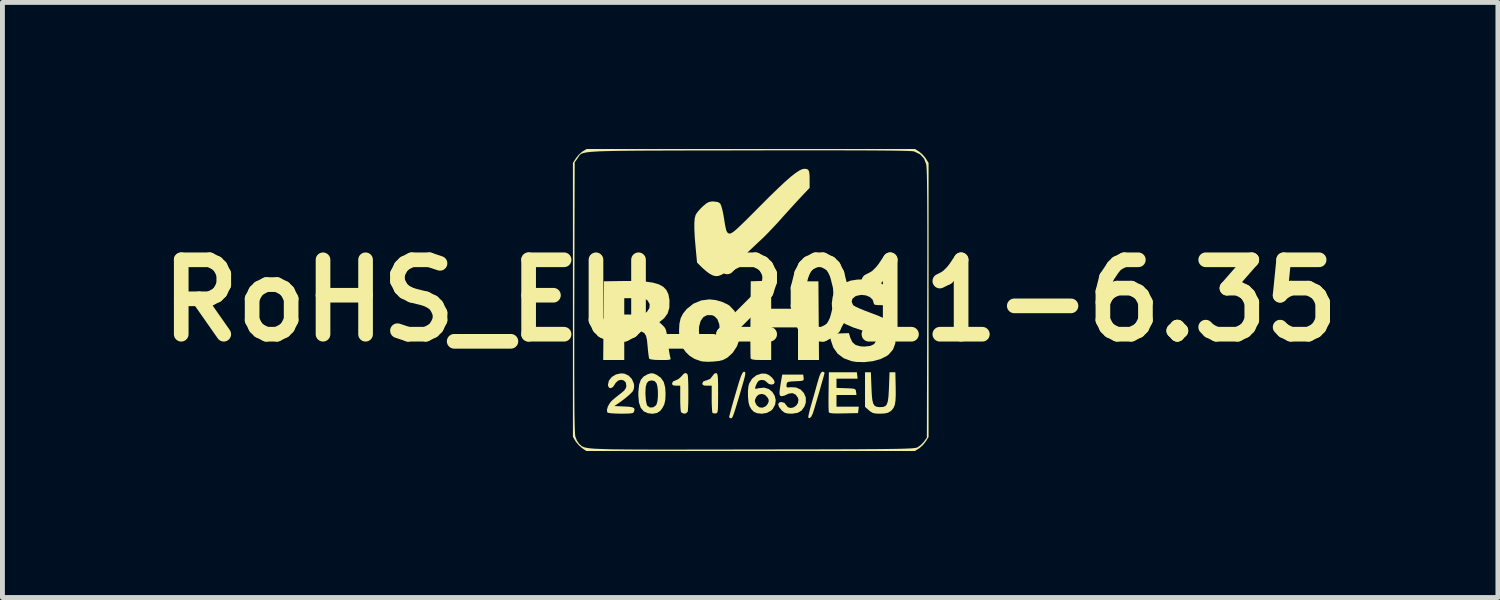
<source format=kicad_pcb>
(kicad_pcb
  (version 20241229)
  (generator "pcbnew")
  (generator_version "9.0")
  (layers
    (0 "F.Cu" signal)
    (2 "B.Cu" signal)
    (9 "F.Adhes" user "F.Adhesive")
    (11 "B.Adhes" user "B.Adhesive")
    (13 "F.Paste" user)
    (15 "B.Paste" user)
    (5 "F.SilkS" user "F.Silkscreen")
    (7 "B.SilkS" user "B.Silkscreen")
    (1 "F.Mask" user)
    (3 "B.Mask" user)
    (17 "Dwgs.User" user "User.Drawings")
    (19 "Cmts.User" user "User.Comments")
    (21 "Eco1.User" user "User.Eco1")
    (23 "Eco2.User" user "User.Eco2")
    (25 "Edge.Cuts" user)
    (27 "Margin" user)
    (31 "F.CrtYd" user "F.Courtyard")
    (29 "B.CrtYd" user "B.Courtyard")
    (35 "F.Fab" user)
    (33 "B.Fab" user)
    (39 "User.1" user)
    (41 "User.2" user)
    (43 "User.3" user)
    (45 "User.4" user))
  (footprint "RoHS_EU_2011-6.35"
    (layer "F.Cu")
    (at 12.308 3.103)
    (property "Reference" "RoHS_EU_2011-6.35" (at 0 0 0) (layer "F.SilkS") (effects (font (size 1.524 1.524) (thickness 0.3))))
    (attr board_only exclude_from_pos_files exclude_from_bom)
    (fp_poly (pts (xy 0.43 0.167) (xy 0.977 0.167) (xy 0.984 -0.113) (xy 0.991 -0.394) (xy 1.397 -0.394) (xy 1.403 0.412) (xy 1.409 1.217) (xy 0.979 1.217) (xy 0.979 0.549) (xy 0.43 0.549) (xy 0.43 1.217) (xy 0.226 1.217) (xy 0.112 1.215) (xy 0.042 1.205) (xy 0.012 1.189) (xy 0.011 1.187) (xy 0.008 1.157) (xy 0.006 1.085) (xy 0.005 0.977) (xy 0.004 0.838) (xy 0.004 0.676) (xy 0.005 0.495) (xy 0.006 0.382) (xy 0.012 -0.394) (xy 0.221 -0.401) (xy 0.43 -0.408)) (stroke (width 0) (type solid)) (fill yes) (layer "F.SilkS"))
    (fp_poly (pts (xy 1.519 1.469) (xy 1.52 1.498) (xy 1.491 1.6) (xy 1.456 1.722) (xy 1.419 1.853) (xy 1.38 1.985) (xy 1.344 2.107) (xy 1.314 2.21) (xy 1.291 2.284) (xy 1.281 2.314) (xy 1.249 2.38) (xy 1.215 2.408) (xy 1.19 2.399) (xy 1.191 2.372) (xy 1.203 2.31) (xy 1.225 2.222) (xy 1.247 2.142) (xy 1.286 2.008) (xy 1.328 1.86) (xy 1.366 1.722) (xy 1.379 1.677) (xy 1.41 1.571) (xy 1.435 1.505) (xy 1.457 1.469) (xy 1.48 1.457) (xy 1.486 1.456)) (stroke (width 0) (type solid)) (fill yes) (layer "F.SilkS"))
    (fp_poly (pts (xy -0.11 1.46) (xy -0.1 1.476) (xy -0.101 1.512) (xy -0.114 1.573) (xy -0.14 1.668) (xy -0.169 1.768) (xy -0.224 1.957) (xy -0.268 2.104) (xy -0.302 2.216) (xy -0.328 2.297) (xy -0.348 2.352) (xy -0.363 2.386) (xy -0.376 2.403) (xy -0.387 2.41) (xy -0.395 2.411) (xy -0.426 2.397) (xy -0.43 2.385) (xy -0.423 2.351) (xy -0.404 2.277) (xy -0.375 2.17) (xy -0.337 2.036) (xy -0.292 1.882) (xy -0.242 1.713) (xy -0.224 1.653) (xy -0.187 1.544) (xy -0.155 1.478) (xy -0.13 1.456)) (stroke (width 0) (type solid)) (fill yes) (layer "F.SilkS"))
    (fp_poly (pts (xy 2.192 1.534) (xy 2.199 1.599) (xy 1.767 1.599) (xy 1.767 1.788) (xy 1.963 1.795) (xy 2.06 1.799) (xy 2.119 1.805) (xy 2.15 1.817) (xy 2.163 1.838) (xy 2.168 1.868) (xy 2.176 1.934) (xy 1.767 1.934) (xy 1.767 2.172) (xy 2.223 2.172) (xy 2.216 2.238) (xy 2.208 2.304) (xy 1.915 2.31) (xy 1.785 2.312) (xy 1.696 2.31) (xy 1.641 2.303) (xy 1.615 2.292) (xy 1.61 2.286) (xy 1.607 2.252) (xy 1.604 2.18) (xy 1.603 2.077) (xy 1.604 1.952) (xy 1.605 1.861) (xy 1.611 1.468) (xy 2.184 1.468)) (stroke (width 0) (type solid)) (fill yes) (layer "F.SilkS"))
    (fp_poly (pts (xy -1.282 1.513) (xy -1.28 1.518) (xy -1.274 1.557) (xy -1.27 1.632) (xy -1.267 1.734) (xy -1.266 1.851) (xy -1.266 1.972) (xy -1.267 2.086) (xy -1.271 2.183) (xy -1.275 2.251) (xy -1.28 2.278) (xy -1.312 2.308) (xy -1.349 2.316) (xy -1.398 2.301) (xy -1.418 2.278) (xy -1.424 2.239) (xy -1.429 2.165) (xy -1.432 2.066) (xy -1.432 1.991) (xy -1.432 1.743) (xy -1.516 1.743) (xy -1.574 1.737) (xy -1.597 1.716) (xy -1.599 1.697) (xy -1.58 1.656) (xy -1.528 1.635) (xy -1.465 1.605) (xy -1.409 1.553) (xy -1.407 1.55) (xy -1.356 1.495) (xy -1.313 1.483)) (stroke (width 0) (type solid)) (fill yes) (layer "F.SilkS"))
    (fp_poly (pts (xy -0.682 1.492) (xy -0.671 1.512) (xy -0.664 1.55) (xy -0.66 1.614) (xy -0.657 1.711) (xy -0.657 1.846) (xy -0.656 1.898) (xy -0.657 2.046) (xy -0.658 2.153) (xy -0.661 2.226) (xy -0.667 2.271) (xy -0.676 2.296) (xy -0.69 2.307) (xy -0.705 2.311) (xy -0.753 2.309) (xy -0.771 2.301) (xy -0.778 2.271) (xy -0.783 2.205) (xy -0.787 2.111) (xy -0.788 2.013) (xy -0.788 1.743) (xy -0.883 1.743) (xy -0.946 1.739) (xy -0.974 1.722) (xy -0.979 1.696) (xy -0.964 1.66) (xy -0.914 1.638) (xy -0.894 1.634) (xy -0.819 1.604) (xy -0.774 1.547) (xy -0.734 1.496) (xy -0.697 1.485)) (stroke (width 0) (type solid)) (fill yes) (layer "F.SilkS"))
    (fp_poly (pts (xy 2.483 1.784) (xy 2.49 1.931) (xy 2.501 2.037) (xy 2.519 2.109) (xy 2.546 2.152) (xy 2.586 2.174) (xy 2.642 2.182) (xy 2.662 2.182) (xy 2.723 2.178) (xy 2.767 2.161) (xy 2.798 2.124) (xy 2.818 2.061) (xy 2.831 1.966) (xy 2.839 1.832) (xy 2.841 1.784) (xy 2.853 1.468) (xy 2.972 1.468) (xy 2.979 1.778) (xy 2.98 1.932) (xy 2.975 2.047) (xy 2.962 2.131) (xy 2.938 2.192) (xy 2.903 2.24) (xy 2.87 2.269) (xy 2.818 2.298) (xy 2.745 2.312) (xy 2.659 2.316) (xy 2.57 2.313) (xy 2.511 2.301) (xy 2.464 2.274) (xy 2.429 2.246) (xy 2.351 2.176) (xy 2.351 1.468) (xy 2.471 1.468)) (stroke (width 0) (type solid)) (fill yes) (layer "F.SilkS"))
    (fp_poly (pts (xy -1.983 1.492) (xy -1.919 1.519) (xy -1.918 1.519) (xy -1.83 1.58) (xy -1.771 1.664) (xy -1.74 1.778) (xy -1.732 1.91) (xy -1.738 2.034) (xy -1.759 2.127) (xy -1.799 2.204) (xy -1.845 2.262) (xy -1.911 2.302) (xy -2 2.318) (xy -2.093 2.307) (xy -2.174 2.271) (xy -2.181 2.267) (xy -2.241 2.194) (xy -2.277 2.087) (xy -2.29 1.942) (xy -2.289 1.886) (xy -2.145 1.886) (xy -2.143 1.936) (xy -2.135 2.046) (xy -2.118 2.125) (xy -2.103 2.158) (xy -2.05 2.19) (xy -1.987 2.186) (xy -1.933 2.149) (xy -1.917 2.125) (xy -1.898 2.058) (xy -1.889 1.964) (xy -1.889 1.86) (xy -1.898 1.765) (xy -1.916 1.697) (xy -1.917 1.695) (xy -1.959 1.647) (xy -2.017 1.635) (xy -2.077 1.648) (xy -2.117 1.691) (xy -2.139 1.769) (xy -2.145 1.886) (xy -2.289 1.886) (xy -2.288 1.855) (xy -2.273 1.72) (xy -2.239 1.623) (xy -2.183 1.556) (xy -2.099 1.509) (xy -2.094 1.507) (xy -2.032 1.489)) (stroke (width 0) (type solid)) (fill yes) (layer "F.SilkS"))
    (fp_poly (pts (xy -2.577 1.496) (xy -2.489 1.536) (xy -2.42 1.609) (xy -2.381 1.702) (xy -2.376 1.746) (xy -2.382 1.809) (xy -2.404 1.858) (xy -2.454 1.911) (xy -2.475 1.93) (xy -2.555 1.998) (xy -2.644 2.066) (xy -2.677 2.089) (xy -2.781 2.16) (xy -2.59 2.168) (xy -2.48 2.174) (xy -2.411 2.185) (xy -2.376 2.205) (xy -2.368 2.235) (xy -2.375 2.265) (xy -2.385 2.288) (xy -2.404 2.302) (xy -2.442 2.31) (xy -2.508 2.314) (xy -2.609 2.316) (xy -2.65 2.316) (xy -2.765 2.313) (xy -2.855 2.307) (xy -2.91 2.298) (xy -2.925 2.291) (xy -2.933 2.238) (xy -2.913 2.167) (xy -2.87 2.094) (xy -2.833 2.051) (xy -2.767 1.994) (xy -2.687 1.93) (xy -2.65 1.902) (xy -2.579 1.843) (xy -2.544 1.789) (xy -2.535 1.752) (xy -2.545 1.681) (xy -2.585 1.637) (xy -2.64 1.622) (xy -2.701 1.637) (xy -2.754 1.685) (xy -2.769 1.712) (xy -2.809 1.77) (xy -2.854 1.794) (xy -2.892 1.783) (xy -2.911 1.738) (xy -2.912 1.722) (xy -2.891 1.636) (xy -2.832 1.564) (xy -2.748 1.513) (xy -2.649 1.491)) (stroke (width 0) (type solid)) (fill yes) (layer "F.SilkS"))
    (fp_poly (pts (xy -0.705 -0.01) (xy -0.57 0.029) (xy -0.454 0.084) (xy -0.423 0.105) (xy -0.325 0.208) (xy -0.255 0.341) (xy -0.213 0.493) (xy -0.203 0.654) (xy -0.226 0.814) (xy -0.271 0.937) (xy -0.356 1.068) (xy -0.466 1.168) (xy -0.559 1.217) (xy -0.641 1.237) (xy -0.75 1.249) (xy -0.866 1.254) (xy -0.968 1.248) (xy -1.009 1.241) (xy -1.138 1.196) (xy -1.244 1.128) (xy -1.319 1.054) (xy -1.388 0.96) (xy -1.432 0.854) (xy -1.452 0.725) (xy -1.456 0.621) (xy -1.456 0.616) (xy -1.05 0.616) (xy -1.037 0.755) (xy -0.999 0.856) (xy -0.936 0.918) (xy -0.934 0.919) (xy -0.868 0.948) (xy -0.813 0.95) (xy -0.755 0.932) (xy -0.686 0.881) (xy -0.642 0.79) (xy -0.622 0.661) (xy -0.621 0.616) (xy -0.634 0.48) (xy -0.673 0.379) (xy -0.737 0.317) (xy -0.782 0.3) (xy -0.88 0.298) (xy -0.958 0.338) (xy -1.014 0.416) (xy -1.045 0.53) (xy -1.05 0.616) (xy -1.456 0.616) (xy -1.449 0.476) (xy -1.424 0.363) (xy -1.376 0.268) (xy -1.3 0.175) (xy -1.293 0.168) (xy -1.16 0.063) (xy -1.003 -0.002) (xy -0.836 -0.024)) (stroke (width 0) (type solid)) (fill yes) (layer "F.SilkS"))
    (fp_poly (pts (xy 1.094 1.58) (xy 1.096 1.614) (xy 1.086 1.633) (xy 1.054 1.644) (xy 0.992 1.649) (xy 0.927 1.652) (xy 0.837 1.657) (xy 0.784 1.664) (xy 0.758 1.678) (xy 0.747 1.703) (xy 0.745 1.723) (xy 0.743 1.763) (xy 0.76 1.779) (xy 0.808 1.777) (xy 0.83 1.774) (xy 0.941 1.78) (xy 1.034 1.823) (xy 1.101 1.895) (xy 1.139 1.987) (xy 1.139 2.09) (xy 1.11 2.172) (xy 1.052 2.252) (xy 0.974 2.298) (xy 0.866 2.315) (xy 0.84 2.316) (xy 0.758 2.311) (xy 0.703 2.294) (xy 0.654 2.257) (xy 0.643 2.246) (xy 0.59 2.179) (xy 0.573 2.124) (xy 0.592 2.088) (xy 0.639 2.077) (xy 0.701 2.094) (xy 0.728 2.13) (xy 0.771 2.183) (xy 0.827 2.2) (xy 0.887 2.188) (xy 0.941 2.152) (xy 0.978 2.098) (xy 0.988 2.031) (xy 0.979 1.993) (xy 0.931 1.925) (xy 0.863 1.895) (xy 0.784 1.907) (xy 0.765 1.917) (xy 0.702 1.946) (xy 0.647 1.958) (xy 0.619 1.952) (xy 0.604 1.929) (xy 0.6 1.883) (xy 0.608 1.805) (xy 0.626 1.689) (xy 0.629 1.671) (xy 0.656 1.516) (xy 1.086 1.516)) (stroke (width 0) (type solid)) (fill yes) (layer "F.SilkS"))
    (fp_poly (pts (xy 0.319 1.497) (xy 0.383 1.525) (xy 0.445 1.575) (xy 0.489 1.633) (xy 0.501 1.674) (xy 0.483 1.708) (xy 0.44 1.72) (xy 0.388 1.71) (xy 0.345 1.678) (xy 0.34 1.671) (xy 0.291 1.633) (xy 0.225 1.625) (xy 0.175 1.642) (xy 0.15 1.672) (xy 0.124 1.722) (xy 0.105 1.772) (xy 0.101 1.803) (xy 0.102 1.805) (xy 0.128 1.805) (xy 0.18 1.793) (xy 0.183 1.793) (xy 0.288 1.783) (xy 0.38 1.811) (xy 0.452 1.869) (xy 0.501 1.947) (xy 0.523 2.037) (xy 0.511 2.13) (xy 0.463 2.218) (xy 0.426 2.255) (xy 0.342 2.3) (xy 0.24 2.317) (xy 0.14 2.306) (xy 0.074 2.277) (xy 0.026 2.227) (xy -0.013 2.161) (xy -0.014 2.158) (xy -0.035 2.078) (xy -0.037 2.053) (xy 0.095 2.053) (xy 0.109 2.1) (xy 0.134 2.145) (xy 0.188 2.187) (xy 0.255 2.193) (xy 0.32 2.163) (xy 0.357 2.119) (xy 0.38 2.067) (xy 0.376 2.024) (xy 0.357 1.987) (xy 0.305 1.932) (xy 0.239 1.911) (xy 0.173 1.926) (xy 0.134 1.961) (xy 0.105 2.015) (xy 0.095 2.053) (xy -0.037 2.053) (xy -0.045 1.971) (xy -0.046 1.856) (xy -0.036 1.755) (xy -0.022 1.702) (xy 0.038 1.601) (xy 0.126 1.53) (xy 0.23 1.495)) (stroke (width 0) (type solid)) (fill yes) (layer "F.SilkS"))
    (fp_poly (pts (xy -2.351 -0.4) (xy -2.153 -0.39) (xy -1.994 -0.367) (xy -1.87 -0.332) (xy -1.778 -0.281) (xy -1.714 -0.213) (xy -1.674 -0.128) (xy -1.654 -0.022) (xy -1.652 -0.003) (xy -1.655 0.147) (xy -1.69 0.265) (xy -1.758 0.358) (xy -1.779 0.377) (xy -1.86 0.443) (xy -1.79 0.509) (xy -1.761 0.539) (xy -1.739 0.569) (xy -1.723 0.608) (xy -1.71 0.666) (xy -1.697 0.751) (xy -1.681 0.871) (xy -1.676 0.919) (xy -1.663 1.017) (xy -1.649 1.101) (xy -1.637 1.158) (xy -1.635 1.164) (xy -1.629 1.189) (xy -1.635 1.205) (xy -1.663 1.213) (xy -1.72 1.217) (xy -1.816 1.217) (xy -1.834 1.217) (xy -1.945 1.215) (xy -2.024 1.206) (xy -2.064 1.194) (xy -2.067 1.191) (xy -2.075 1.157) (xy -2.085 1.087) (xy -2.095 0.994) (xy -2.1 0.936) (xy -2.113 0.808) (xy -2.133 0.72) (xy -2.168 0.665) (xy -2.224 0.635) (xy -2.31 0.623) (xy -2.402 0.621) (xy -2.578 0.621) (xy -2.578 1.217) (xy -3.009 1.217) (xy -3.002 0.412) (xy -3.001 0.286) (xy -2.578 0.286) (xy -2.374 0.286) (xy -2.272 0.285) (xy -2.206 0.279) (xy -2.162 0.266) (xy -2.128 0.243) (xy -2.112 0.228) (xy -2.063 0.153) (xy -2.058 0.075) (xy -2.097 0.004) (xy -2.101 0) (xy -2.131 -0.023) (xy -2.172 -0.038) (xy -2.235 -0.045) (xy -2.332 -0.048) (xy -2.363 -0.048) (xy -2.578 -0.048) (xy -2.578 0.286) (xy -3.001 0.286) (xy -2.996 -0.394) (xy -2.593 -0.4)) (stroke (width 0) (type solid)) (fill yes) (layer "F.SilkS"))
    (fp_poly (pts (xy 1.16 -2.693) (xy 1.192 -2.672) (xy 1.209 -2.628) (xy 1.216 -2.552) (xy 1.217 -2.465) (xy 1.217 -2.307) (xy 1.068 -2.15) (xy 0.999 -2.076) (xy 0.908 -1.977) (xy 0.805 -1.864) (xy 0.699 -1.747) (xy 0.651 -1.693) (xy 0.551 -1.582) (xy 0.45 -1.474) (xy 0.359 -1.379) (xy 0.286 -1.305) (xy 0.257 -1.277) (xy 0.194 -1.219) (xy 0.107 -1.137) (xy 0.005 -1.041) (xy -0.102 -0.939) (xy -0.143 -0.9) (xy -0.289 -0.762) (xy -0.408 -0.656) (xy -0.504 -0.58) (xy -0.582 -0.53) (xy -0.648 -0.504) (xy -0.707 -0.5) (xy -0.764 -0.514) (xy -0.823 -0.545) (xy -0.829 -0.548) (xy -0.892 -0.594) (xy -0.964 -0.656) (xy -0.997 -0.687) (xy -1.088 -0.778) (xy -1.117 -1.087) (xy -1.135 -1.296) (xy -1.143 -1.463) (xy -1.143 -1.591) (xy -1.135 -1.686) (xy -1.117 -1.751) (xy -1.112 -1.763) (xy -1.076 -1.815) (xy -1.018 -1.881) (xy -0.969 -1.929) (xy -0.901 -1.987) (xy -0.847 -2.017) (xy -0.789 -2.028) (xy -0.756 -2.029) (xy -0.662 -2.017) (xy -0.615 -1.987) (xy -0.595 -1.946) (xy -0.572 -1.868) (xy -0.55 -1.767) (xy -0.539 -1.702) (xy -0.519 -1.576) (xy -0.502 -1.489) (xy -0.488 -1.433) (xy -0.472 -1.4) (xy -0.454 -1.382) (xy -0.438 -1.374) (xy -0.418 -1.371) (xy -0.394 -1.377) (xy -0.361 -1.395) (xy -0.317 -1.428) (xy -0.257 -1.481) (xy -0.179 -1.555) (xy -0.077 -1.654) (xy 0.05 -1.781) (xy 0.203 -1.935) (xy 0.4 -2.132) (xy 0.569 -2.296) (xy 0.71 -2.428) (xy 0.828 -2.532) (xy 0.925 -2.608) (xy 1.003 -2.66) (xy 1.064 -2.689) (xy 1.111 -2.698)) (stroke (width 0) (type solid)) (fill yes) (layer "F.SilkS"))
    (fp_poly (pts (xy 2.508 -0.415) (xy 2.666 -0.362) (xy 2.79 -0.279) (xy 2.849 -0.206) (xy 2.899 -0.111) (xy 2.93 -0.016) (xy 2.936 0.03) (xy 2.936 0.095) (xy 2.733 0.095) (xy 2.634 0.094) (xy 2.573 0.09) (xy 2.541 0.08) (xy 2.53 0.062) (xy 2.53 0.054) (xy 2.507 -0.017) (xy 2.45 -0.072) (xy 2.368 -0.106) (xy 2.274 -0.116) (xy 2.179 -0.097) (xy 2.147 -0.083) (xy 2.091 -0.033) (xy 2.078 0.028) (xy 2.107 0.091) (xy 2.12 0.103) (xy 2.158 0.125) (xy 2.231 0.159) (xy 2.329 0.2) (xy 2.442 0.243) (xy 2.458 0.249) (xy 2.627 0.313) (xy 2.754 0.371) (xy 2.847 0.428) (xy 2.91 0.489) (xy 2.95 0.56) (xy 2.971 0.646) (xy 2.979 0.724) (xy 2.971 0.877) (xy 2.924 1.003) (xy 2.836 1.105) (xy 2.793 1.137) (xy 2.664 1.2) (xy 2.506 1.242) (xy 2.335 1.261) (xy 2.166 1.256) (xy 2.07 1.239) (xy 1.915 1.181) (xy 1.791 1.088) (xy 1.702 0.963) (xy 1.651 0.812) (xy 1.642 0.752) (xy 1.635 0.68) (xy 1.828 0.673) (xy 2.021 0.667) (xy 2.05 0.763) (xy 2.093 0.853) (xy 2.16 0.91) (xy 2.26 0.938) (xy 2.342 0.942) (xy 2.458 0.929) (xy 2.536 0.892) (xy 2.575 0.833) (xy 2.571 0.754) (xy 2.564 0.73) (xy 2.534 0.705) (xy 2.464 0.672) (xy 2.362 0.635) (xy 2.307 0.617) (xy 2.107 0.55) (xy 1.95 0.481) (xy 1.833 0.409) (xy 1.751 0.329) (xy 1.699 0.237) (xy 1.675 0.13) (xy 1.671 0.057) (xy 1.689 -0.079) (xy 1.745 -0.194) (xy 1.835 -0.29) (xy 1.937 -0.361) (xy 2.052 -0.407) (xy 2.191 -0.429) (xy 2.32 -0.433)) (stroke (width 0) (type solid)) (fill yes) (layer "F.SilkS"))
    (fp_poly (pts (xy 3.454 -3.053) (xy 3.52 -2.999) (xy 3.582 -2.928) (xy 3.594 -2.91) (xy 3.652 -2.818) (xy 3.652 2.794) (xy 3.594 2.886) (xy 3.538 2.957) (xy 3.47 3.018) (xy 3.454 3.029) (xy 3.372 3.08) (xy -3.355 3.08) (xy -3.441 3.021) (xy -3.51 2.961) (xy -3.57 2.889) (xy -3.578 2.876) (xy -3.629 2.79) (xy -3.629 1.167) (xy -3.601 1.167) (xy -3.601 1.492) (xy -3.6 1.777) (xy -3.599 2.023) (xy -3.598 2.231) (xy -3.596 2.403) (xy -3.593 2.542) (xy -3.59 2.648) (xy -3.586 2.724) (xy -3.582 2.77) (xy -3.579 2.785) (xy -3.549 2.862) (xy -3.507 2.926) (xy -3.497 2.937) (xy -3.48 2.953) (xy -3.464 2.967) (xy -3.447 2.981) (xy -3.426 2.992) (xy -3.399 3.003) (xy -3.364 3.012) (xy -3.317 3.02) (xy -3.258 3.027) (xy -3.182 3.033) (xy -3.089 3.037) (xy -2.975 3.041) (xy -2.839 3.045) (xy -2.677 3.047) (xy -2.488 3.049) (xy -2.269 3.05) (xy -2.018 3.051) (xy -1.732 3.051) (xy -1.409 3.051) (xy -1.046 3.05) (xy -0.642 3.05) (xy -0.193 3.049) (xy 0.048 3.049) (xy 0.513 3.048) (xy 0.932 3.047) (xy 1.308 3.047) (xy 1.644 3.046) (xy 1.942 3.045) (xy 2.204 3.044) (xy 2.432 3.042) (xy 2.629 3.041) (xy 2.798 3.039) (xy 2.94 3.037) (xy 3.059 3.035) (xy 3.155 3.032) (xy 3.233 3.029) (xy 3.294 3.026) (xy 3.34 3.022) (xy 3.375 3.018) (xy 3.4 3.013) (xy 3.417 3.008) (xy 3.43 3.002) (xy 3.496 2.954) (xy 3.556 2.89) (xy 3.561 2.883) (xy 3.617 2.805) (xy 3.624 0.072) (xy 3.625 -0.393) (xy 3.626 -0.811) (xy 3.626 -1.185) (xy 3.626 -1.515) (xy 3.625 -1.804) (xy 3.624 -2.053) (xy 3.622 -2.262) (xy 3.62 -2.435) (xy 3.617 -2.572) (xy 3.613 -2.675) (xy 3.609 -2.745) (xy 3.605 -2.785) (xy 3.605 -2.786) (xy 3.559 -2.906) (xy 3.479 -2.993) (xy 3.363 -3.05) (xy 3.343 -3.055) (xy 3.306 -3.059) (xy 3.225 -3.063) (xy 3.1 -3.066) (xy 2.931 -3.069) (xy 2.718 -3.071) (xy 2.459 -3.073) (xy 2.155 -3.074) (xy 1.806 -3.075) (xy 1.41 -3.075) (xy 0.967 -3.075) (xy 0.478 -3.075) (xy -0.04 -3.074) (xy -0.509 -3.073) (xy -0.934 -3.072) (xy -1.315 -3.072) (xy -1.655 -3.071) (xy -1.958 -3.07) (xy -2.224 -3.069) (xy -2.457 -3.067) (xy -2.658 -3.065) (xy -2.831 -3.062) (xy -2.978 -3.058) (xy -3.1 -3.054) (xy -3.2 -3.048) (xy -3.282 -3.042) (xy -3.346 -3.034) (xy -3.396 -3.024) (xy -3.433 -3.014) (xy -3.46 -3.002) (xy -3.48 -2.988) (xy -3.495 -2.972) (xy -3.507 -2.955) (xy -3.519 -2.935) (xy -3.533 -2.913) (xy -3.537 -2.907) (xy -3.593 -2.829) (xy -3.6 -0.072) (xy -3.601 0.387) (xy -3.601 0.799) (xy -3.601 1.167) (xy -3.629 1.167) (xy -3.629 -2.818) (xy -3.57 -2.91) (xy -3.514 -2.981) (xy -3.446 -3.042) (xy -3.43 -3.053) (xy -3.348 -3.103) (xy 3.372 -3.103)) (stroke (width 0) (type solid)) (fill yes) (layer "F.SilkS")))
  (gr_rect
    (start -3 -3)
    (end 27.616 9.183)
    (stroke (width 0.1) (type default))
    (fill no)
    (layer "Edge.Cuts")))
</source>
